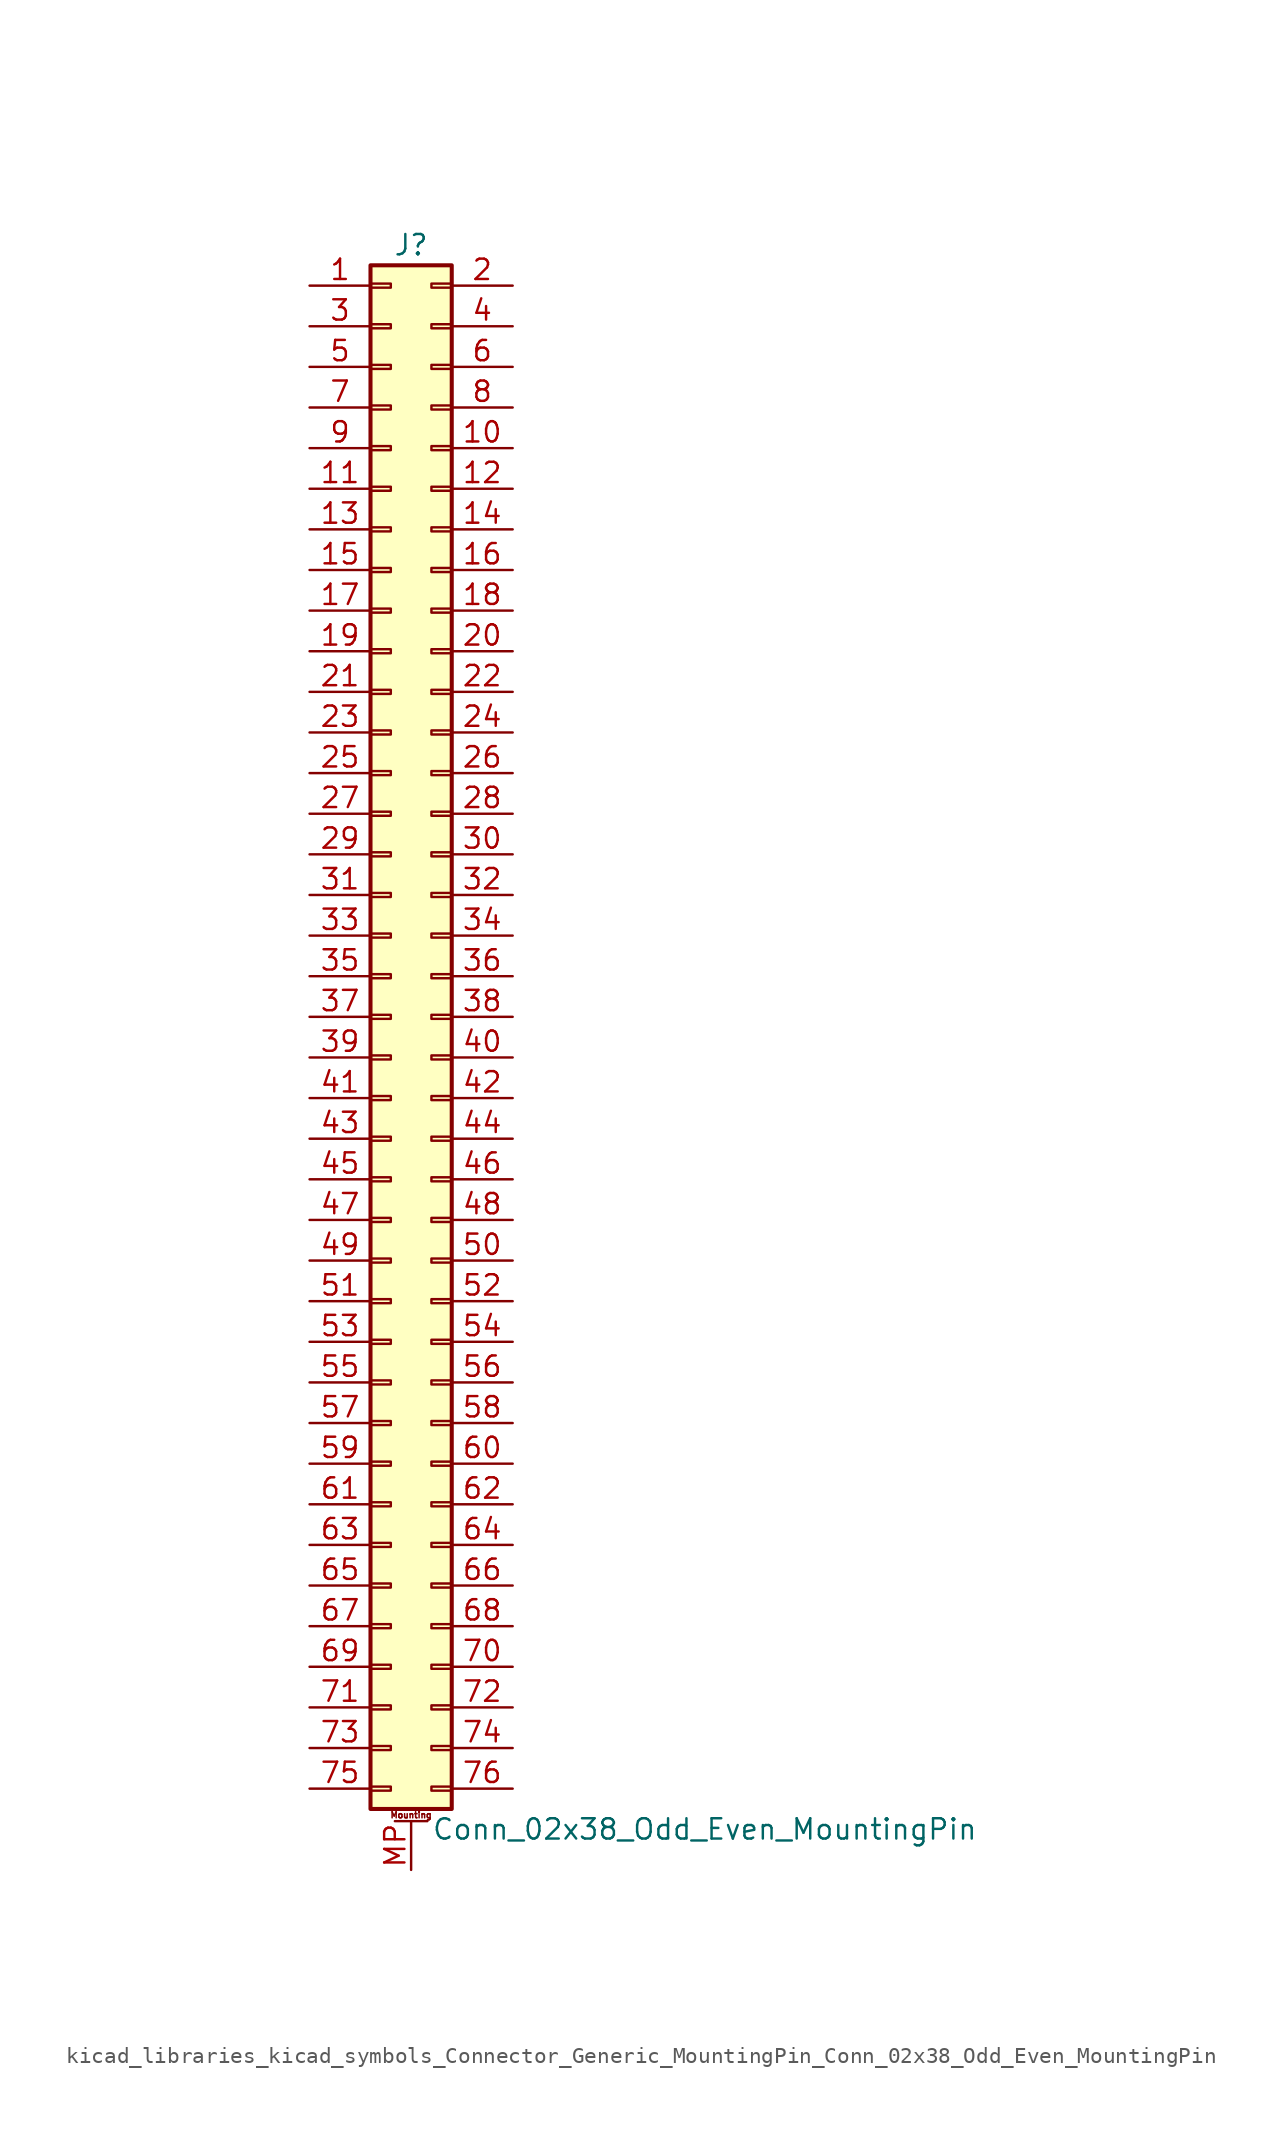
<source format=kicad_sym>
(kicad_symbol_lib
  (version 20220914)
  (generator kicad_symbol_editor)
  (symbol "kicad_libraries_kicad_symbols_Connector_Generic_MountingPin_Conn_02x38_Odd_Even_MountingPin"
    (pin_names
      (offset 1.016) hide)
    (property "Reference" "J"
      (at 1.27 48.26 0)
      (effects (font (size 1.27 1.27))))
    (property "Value" "Conn_02x38_Odd_Even_MountingPin"
      (at 2.54 -50.8 0)
      (effects (font (size 1.27 1.27)) (justify left)))
    (symbol "kicad_libraries_kicad_symbols_Connector_Generic_MountingPin_Conn_02x38_Odd_Even_MountingPin_1_1"
      (rectangle (start -1.27 -48.133) (end 0 -48.387) (stroke (width 0.152) (type default)) (fill (type none)))
      (rectangle (start -1.27 -45.593) (end 0 -45.847) (stroke (width 0.152) (type default)) (fill (type none)))
      (rectangle (start -1.27 -43.053) (end 0 -43.307) (stroke (width 0.152) (type default)) (fill (type none)))
      (rectangle (start -1.27 -40.513) (end 0 -40.767) (stroke (width 0.152) (type default)) (fill (type none)))
      (rectangle (start -1.27 -37.973) (end 0 -38.227) (stroke (width 0.152) (type default)) (fill (type none)))
      (rectangle (start -1.27 -35.433) (end 0 -35.687) (stroke (width 0.152) (type default)) (fill (type none)))
      (rectangle (start -1.27 -32.893) (end 0 -33.147) (stroke (width 0.152) (type default)) (fill (type none)))
      (rectangle (start -1.27 -30.353) (end 0 -30.607) (stroke (width 0.152) (type default)) (fill (type none)))
      (rectangle (start -1.27 -27.813) (end 0 -28.067) (stroke (width 0.152) (type default)) (fill (type none)))
      (rectangle (start -1.27 -25.273) (end 0 -25.527) (stroke (width 0.152) (type default)) (fill (type none)))
      (rectangle (start -1.27 -22.733) (end 0 -22.987) (stroke (width 0.152) (type default)) (fill (type none)))
      (rectangle (start -1.27 -20.193) (end 0 -20.447) (stroke (width 0.152) (type default)) (fill (type none)))
      (rectangle (start -1.27 -17.653) (end 0 -17.907) (stroke (width 0.152) (type default)) (fill (type none)))
      (rectangle (start -1.27 -15.113) (end 0 -15.367) (stroke (width 0.152) (type default)) (fill (type none)))
      (rectangle (start -1.27 -12.573) (end 0 -12.827) (stroke (width 0.152) (type default)) (fill (type none)))
      (rectangle (start -1.27 -10.033) (end 0 -10.287) (stroke (width 0.152) (type default)) (fill (type none)))
      (rectangle (start -1.27 -7.493) (end 0 -7.747) (stroke (width 0.152) (type default)) (fill (type none)))
      (rectangle (start -1.27 -4.953) (end 0 -5.207) (stroke (width 0.152) (type default)) (fill (type none)))
      (rectangle (start -1.27 -2.413) (end 0 -2.667) (stroke (width 0.152) (type default)) (fill (type none)))
      (rectangle (start -1.27 0.127) (end 0 -0.127) (stroke (width 0.152) (type default)) (fill (type none)))
      (rectangle (start -1.27 2.667) (end 0 2.413) (stroke (width 0.152) (type default)) (fill (type none)))
      (rectangle (start -1.27 5.207) (end 0 4.953) (stroke (width 0.152) (type default)) (fill (type none)))
      (rectangle (start -1.27 7.747) (end 0 7.493) (stroke (width 0.152) (type default)) (fill (type none)))
      (rectangle (start -1.27 10.287) (end 0 10.033) (stroke (width 0.152) (type default)) (fill (type none)))
      (rectangle (start -1.27 12.827) (end 0 12.573) (stroke (width 0.152) (type default)) (fill (type none)))
      (rectangle (start -1.27 15.367) (end 0 15.113) (stroke (width 0.152) (type default)) (fill (type none)))
      (rectangle (start -1.27 17.907) (end 0 17.653) (stroke (width 0.152) (type default)) (fill (type none)))
      (rectangle (start -1.27 20.447) (end 0 20.193) (stroke (width 0.152) (type default)) (fill (type none)))
      (rectangle (start -1.27 22.987) (end 0 22.733) (stroke (width 0.152) (type default)) (fill (type none)))
      (rectangle (start -1.27 25.527) (end 0 25.273) (stroke (width 0.152) (type default)) (fill (type none)))
      (rectangle (start -1.27 28.067) (end 0 27.813) (stroke (width 0.152) (type default)) (fill (type none)))
      (rectangle (start -1.27 30.607) (end 0 30.353) (stroke (width 0.152) (type default)) (fill (type none)))
      (rectangle (start -1.27 33.147) (end 0 32.893) (stroke (width 0.152) (type default)) (fill (type none)))
      (rectangle (start -1.27 35.687) (end 0 35.433) (stroke (width 0.152) (type default)) (fill (type none)))
      (rectangle (start -1.27 38.227) (end 0 37.973) (stroke (width 0.152) (type default)) (fill (type none)))
      (rectangle (start -1.27 40.767) (end 0 40.513) (stroke (width 0.152) (type default)) (fill (type none)))
      (rectangle (start -1.27 43.307) (end 0 43.053) (stroke (width 0.152) (type default)) (fill (type none)))
      (rectangle (start -1.27 45.847) (end 0 45.593) (stroke (width 0.152) (type default)) (fill (type none)))
      (rectangle (start -1.27 46.99) (end 3.81 -49.53) (stroke (width 0.254) (type default)) (fill (type background)))
      (polyline (pts (xy 0.254 -50.292) (xy 2.286 -50.292)) (stroke (width 0.152) (type default)) (fill (type none)))
      (rectangle (start 3.81 -48.133) (end 2.54 -48.387) (stroke (width 0.152) (type default)) (fill (type none)))
      (rectangle (start 3.81 -45.593) (end 2.54 -45.847) (stroke (width 0.152) (type default)) (fill (type none)))
      (rectangle (start 3.81 -43.053) (end 2.54 -43.307) (stroke (width 0.152) (type default)) (fill (type none)))
      (rectangle (start 3.81 -40.513) (end 2.54 -40.767) (stroke (width 0.152) (type default)) (fill (type none)))
      (rectangle (start 3.81 -37.973) (end 2.54 -38.227) (stroke (width 0.152) (type default)) (fill (type none)))
      (rectangle (start 3.81 -35.433) (end 2.54 -35.687) (stroke (width 0.152) (type default)) (fill (type none)))
      (rectangle (start 3.81 -32.893) (end 2.54 -33.147) (stroke (width 0.152) (type default)) (fill (type none)))
      (rectangle (start 3.81 -30.353) (end 2.54 -30.607) (stroke (width 0.152) (type default)) (fill (type none)))
      (rectangle (start 3.81 -27.813) (end 2.54 -28.067) (stroke (width 0.152) (type default)) (fill (type none)))
      (rectangle (start 3.81 -25.273) (end 2.54 -25.527) (stroke (width 0.152) (type default)) (fill (type none)))
      (rectangle (start 3.81 -22.733) (end 2.54 -22.987) (stroke (width 0.152) (type default)) (fill (type none)))
      (rectangle (start 3.81 -20.193) (end 2.54 -20.447) (stroke (width 0.152) (type default)) (fill (type none)))
      (rectangle (start 3.81 -17.653) (end 2.54 -17.907) (stroke (width 0.152) (type default)) (fill (type none)))
      (rectangle (start 3.81 -15.113) (end 2.54 -15.367) (stroke (width 0.152) (type default)) (fill (type none)))
      (rectangle (start 3.81 -12.573) (end 2.54 -12.827) (stroke (width 0.152) (type default)) (fill (type none)))
      (rectangle (start 3.81 -10.033) (end 2.54 -10.287) (stroke (width 0.152) (type default)) (fill (type none)))
      (rectangle (start 3.81 -7.493) (end 2.54 -7.747) (stroke (width 0.152) (type default)) (fill (type none)))
      (rectangle (start 3.81 -4.953) (end 2.54 -5.207) (stroke (width 0.152) (type default)) (fill (type none)))
      (rectangle (start 3.81 -2.413) (end 2.54 -2.667) (stroke (width 0.152) (type default)) (fill (type none)))
      (rectangle (start 3.81 0.127) (end 2.54 -0.127) (stroke (width 0.152) (type default)) (fill (type none)))
      (rectangle (start 3.81 2.667) (end 2.54 2.413) (stroke (width 0.152) (type default)) (fill (type none)))
      (rectangle (start 3.81 5.207) (end 2.54 4.953) (stroke (width 0.152) (type default)) (fill (type none)))
      (rectangle (start 3.81 7.747) (end 2.54 7.493) (stroke (width 0.152) (type default)) (fill (type none)))
      (rectangle (start 3.81 10.287) (end 2.54 10.033) (stroke (width 0.152) (type default)) (fill (type none)))
      (rectangle (start 3.81 12.827) (end 2.54 12.573) (stroke (width 0.152) (type default)) (fill (type none)))
      (rectangle (start 3.81 15.367) (end 2.54 15.113) (stroke (width 0.152) (type default)) (fill (type none)))
      (rectangle (start 3.81 17.907) (end 2.54 17.653) (stroke (width 0.152) (type default)) (fill (type none)))
      (rectangle (start 3.81 20.447) (end 2.54 20.193) (stroke (width 0.152) (type default)) (fill (type none)))
      (rectangle (start 3.81 22.987) (end 2.54 22.733) (stroke (width 0.152) (type default)) (fill (type none)))
      (rectangle (start 3.81 25.527) (end 2.54 25.273) (stroke (width 0.152) (type default)) (fill (type none)))
      (rectangle (start 3.81 28.067) (end 2.54 27.813) (stroke (width 0.152) (type default)) (fill (type none)))
      (rectangle (start 3.81 30.607) (end 2.54 30.353) (stroke (width 0.152) (type default)) (fill (type none)))
      (rectangle (start 3.81 33.147) (end 2.54 32.893) (stroke (width 0.152) (type default)) (fill (type none)))
      (rectangle (start 3.81 35.687) (end 2.54 35.433) (stroke (width 0.152) (type default)) (fill (type none)))
      (rectangle (start 3.81 38.227) (end 2.54 37.973) (stroke (width 0.152) (type default)) (fill (type none)))
      (rectangle (start 3.81 40.767) (end 2.54 40.513) (stroke (width 0.152) (type default)) (fill (type none)))
      (rectangle (start 3.81 43.307) (end 2.54 43.053) (stroke (width 0.152) (type default)) (fill (type none)))
      (rectangle (start 3.81 45.847) (end 2.54 45.593) (stroke (width 0.152) (type default)) (fill (type none)))
      (text "Mounting" (at 1.27 -49.911 0) (effects (font (size 0.381 0.381))))
      (pin passive line (at -5.08 45.72 0) (length 3.81) (name "Pin_1" (effects (font (size 1.27 1.27)))) (number "1" (effects (font (size 1.27 1.27)))))
      (pin passive line (at 7.62 35.56 180) (length 3.81) (name "Pin_10" (effects (font (size 1.27 1.27)))) (number "10" (effects (font (size 1.27 1.27)))))
      (pin passive line (at -5.08 33.02 0) (length 3.81) (name "Pin_11" (effects (font (size 1.27 1.27)))) (number "11" (effects (font (size 1.27 1.27)))))
      (pin passive line (at 7.62 33.02 180) (length 3.81) (name "Pin_12" (effects (font (size 1.27 1.27)))) (number "12" (effects (font (size 1.27 1.27)))))
      (pin passive line (at -5.08 30.48 0) (length 3.81) (name "Pin_13" (effects (font (size 1.27 1.27)))) (number "13" (effects (font (size 1.27 1.27)))))
      (pin passive line (at 7.62 30.48 180) (length 3.81) (name "Pin_14" (effects (font (size 1.27 1.27)))) (number "14" (effects (font (size 1.27 1.27)))))
      (pin passive line (at -5.08 27.94 0) (length 3.81) (name "Pin_15" (effects (font (size 1.27 1.27)))) (number "15" (effects (font (size 1.27 1.27)))))
      (pin passive line (at 7.62 27.94 180) (length 3.81) (name "Pin_16" (effects (font (size 1.27 1.27)))) (number "16" (effects (font (size 1.27 1.27)))))
      (pin passive line (at -5.08 25.4 0) (length 3.81) (name "Pin_17" (effects (font (size 1.27 1.27)))) (number "17" (effects (font (size 1.27 1.27)))))
      (pin passive line (at 7.62 25.4 180) (length 3.81) (name "Pin_18" (effects (font (size 1.27 1.27)))) (number "18" (effects (font (size 1.27 1.27)))))
      (pin passive line (at -5.08 22.86 0) (length 3.81) (name "Pin_19" (effects (font (size 1.27 1.27)))) (number "19" (effects (font (size 1.27 1.27)))))
      (pin passive line (at 7.62 45.72 180) (length 3.81) (name "Pin_2" (effects (font (size 1.27 1.27)))) (number "2" (effects (font (size 1.27 1.27)))))
      (pin passive line (at 7.62 22.86 180) (length 3.81) (name "Pin_20" (effects (font (size 1.27 1.27)))) (number "20" (effects (font (size 1.27 1.27)))))
      (pin passive line (at -5.08 20.32 0) (length 3.81) (name "Pin_21" (effects (font (size 1.27 1.27)))) (number "21" (effects (font (size 1.27 1.27)))))
      (pin passive line (at 7.62 20.32 180) (length 3.81) (name "Pin_22" (effects (font (size 1.27 1.27)))) (number "22" (effects (font (size 1.27 1.27)))))
      (pin passive line (at -5.08 17.78 0) (length 3.81) (name "Pin_23" (effects (font (size 1.27 1.27)))) (number "23" (effects (font (size 1.27 1.27)))))
      (pin passive line (at 7.62 17.78 180) (length 3.81) (name "Pin_24" (effects (font (size 1.27 1.27)))) (number "24" (effects (font (size 1.27 1.27)))))
      (pin passive line (at -5.08 15.24 0) (length 3.81) (name "Pin_25" (effects (font (size 1.27 1.27)))) (number "25" (effects (font (size 1.27 1.27)))))
      (pin passive line (at 7.62 15.24 180) (length 3.81) (name "Pin_26" (effects (font (size 1.27 1.27)))) (number "26" (effects (font (size 1.27 1.27)))))
      (pin passive line (at -5.08 12.7 0) (length 3.81) (name "Pin_27" (effects (font (size 1.27 1.27)))) (number "27" (effects (font (size 1.27 1.27)))))
      (pin passive line (at 7.62 12.7 180) (length 3.81) (name "Pin_28" (effects (font (size 1.27 1.27)))) (number "28" (effects (font (size 1.27 1.27)))))
      (pin passive line (at -5.08 10.16 0) (length 3.81) (name "Pin_29" (effects (font (size 1.27 1.27)))) (number "29" (effects (font (size 1.27 1.27)))))
      (pin passive line (at -5.08 43.18 0) (length 3.81) (name "Pin_3" (effects (font (size 1.27 1.27)))) (number "3" (effects (font (size 1.27 1.27)))))
      (pin passive line (at 7.62 10.16 180) (length 3.81) (name "Pin_30" (effects (font (size 1.27 1.27)))) (number "30" (effects (font (size 1.27 1.27)))))
      (pin passive line (at -5.08 7.62 0) (length 3.81) (name "Pin_31" (effects (font (size 1.27 1.27)))) (number "31" (effects (font (size 1.27 1.27)))))
      (pin passive line (at 7.62 7.62 180) (length 3.81) (name "Pin_32" (effects (font (size 1.27 1.27)))) (number "32" (effects (font (size 1.27 1.27)))))
      (pin passive line (at -5.08 5.08 0) (length 3.81) (name "Pin_33" (effects (font (size 1.27 1.27)))) (number "33" (effects (font (size 1.27 1.27)))))
      (pin passive line (at 7.62 5.08 180) (length 3.81) (name "Pin_34" (effects (font (size 1.27 1.27)))) (number "34" (effects (font (size 1.27 1.27)))))
      (pin passive line (at -5.08 2.54 0) (length 3.81) (name "Pin_35" (effects (font (size 1.27 1.27)))) (number "35" (effects (font (size 1.27 1.27)))))
      (pin passive line (at 7.62 2.54 180) (length 3.81) (name "Pin_36" (effects (font (size 1.27 1.27)))) (number "36" (effects (font (size 1.27 1.27)))))
      (pin passive line (at -5.08 0 0) (length 3.81) (name "Pin_37" (effects (font (size 1.27 1.27)))) (number "37" (effects (font (size 1.27 1.27)))))
      (pin passive line (at 7.62 0 180) (length 3.81) (name "Pin_38" (effects (font (size 1.27 1.27)))) (number "38" (effects (font (size 1.27 1.27)))))
      (pin passive line (at -5.08 -2.54 0) (length 3.81) (name "Pin_39" (effects (font (size 1.27 1.27)))) (number "39" (effects (font (size 1.27 1.27)))))
      (pin passive line (at 7.62 43.18 180) (length 3.81) (name "Pin_4" (effects (font (size 1.27 1.27)))) (number "4" (effects (font (size 1.27 1.27)))))
      (pin passive line (at 7.62 -2.54 180) (length 3.81) (name "Pin_40" (effects (font (size 1.27 1.27)))) (number "40" (effects (font (size 1.27 1.27)))))
      (pin passive line (at -5.08 -5.08 0) (length 3.81) (name "Pin_41" (effects (font (size 1.27 1.27)))) (number "41" (effects (font (size 1.27 1.27)))))
      (pin passive line (at 7.62 -5.08 180) (length 3.81) (name "Pin_42" (effects (font (size 1.27 1.27)))) (number "42" (effects (font (size 1.27 1.27)))))
      (pin passive line (at -5.08 -7.62 0) (length 3.81) (name "Pin_43" (effects (font (size 1.27 1.27)))) (number "43" (effects (font (size 1.27 1.27)))))
      (pin passive line (at 7.62 -7.62 180) (length 3.81) (name "Pin_44" (effects (font (size 1.27 1.27)))) (number "44" (effects (font (size 1.27 1.27)))))
      (pin passive line (at -5.08 -10.16 0) (length 3.81) (name "Pin_45" (effects (font (size 1.27 1.27)))) (number "45" (effects (font (size 1.27 1.27)))))
      (pin passive line (at 7.62 -10.16 180) (length 3.81) (name "Pin_46" (effects (font (size 1.27 1.27)))) (number "46" (effects (font (size 1.27 1.27)))))
      (pin passive line (at -5.08 -12.7 0) (length 3.81) (name "Pin_47" (effects (font (size 1.27 1.27)))) (number "47" (effects (font (size 1.27 1.27)))))
      (pin passive line (at 7.62 -12.7 180) (length 3.81) (name "Pin_48" (effects (font (size 1.27 1.27)))) (number "48" (effects (font (size 1.27 1.27)))))
      (pin passive line (at -5.08 -15.24 0) (length 3.81) (name "Pin_49" (effects (font (size 1.27 1.27)))) (number "49" (effects (font (size 1.27 1.27)))))
      (pin passive line (at -5.08 40.64 0) (length 3.81) (name "Pin_5" (effects (font (size 1.27 1.27)))) (number "5" (effects (font (size 1.27 1.27)))))
      (pin passive line (at 7.62 -15.24 180) (length 3.81) (name "Pin_50" (effects (font (size 1.27 1.27)))) (number "50" (effects (font (size 1.27 1.27)))))
      (pin passive line (at -5.08 -17.78 0) (length 3.81) (name "Pin_51" (effects (font (size 1.27 1.27)))) (number "51" (effects (font (size 1.27 1.27)))))
      (pin passive line (at 7.62 -17.78 180) (length 3.81) (name "Pin_52" (effects (font (size 1.27 1.27)))) (number "52" (effects (font (size 1.27 1.27)))))
      (pin passive line (at -5.08 -20.32 0) (length 3.81) (name "Pin_53" (effects (font (size 1.27 1.27)))) (number "53" (effects (font (size 1.27 1.27)))))
      (pin passive line (at 7.62 -20.32 180) (length 3.81) (name "Pin_54" (effects (font (size 1.27 1.27)))) (number "54" (effects (font (size 1.27 1.27)))))
      (pin passive line (at -5.08 -22.86 0) (length 3.81) (name "Pin_55" (effects (font (size 1.27 1.27)))) (number "55" (effects (font (size 1.27 1.27)))))
      (pin passive line (at 7.62 -22.86 180) (length 3.81) (name "Pin_56" (effects (font (size 1.27 1.27)))) (number "56" (effects (font (size 1.27 1.27)))))
      (pin passive line (at -5.08 -25.4 0) (length 3.81) (name "Pin_57" (effects (font (size 1.27 1.27)))) (number "57" (effects (font (size 1.27 1.27)))))
      (pin passive line (at 7.62 -25.4 180) (length 3.81) (name "Pin_58" (effects (font (size 1.27 1.27)))) (number "58" (effects (font (size 1.27 1.27)))))
      (pin passive line (at -5.08 -27.94 0) (length 3.81) (name "Pin_59" (effects (font (size 1.27 1.27)))) (number "59" (effects (font (size 1.27 1.27)))))
      (pin passive line (at 7.62 40.64 180) (length 3.81) (name "Pin_6" (effects (font (size 1.27 1.27)))) (number "6" (effects (font (size 1.27 1.27)))))
      (pin passive line (at 7.62 -27.94 180) (length 3.81) (name "Pin_60" (effects (font (size 1.27 1.27)))) (number "60" (effects (font (size 1.27 1.27)))))
      (pin passive line (at -5.08 -30.48 0) (length 3.81) (name "Pin_61" (effects (font (size 1.27 1.27)))) (number "61" (effects (font (size 1.27 1.27)))))
      (pin passive line (at 7.62 -30.48 180) (length 3.81) (name "Pin_62" (effects (font (size 1.27 1.27)))) (number "62" (effects (font (size 1.27 1.27)))))
      (pin passive line (at -5.08 -33.02 0) (length 3.81) (name "Pin_63" (effects (font (size 1.27 1.27)))) (number "63" (effects (font (size 1.27 1.27)))))
      (pin passive line (at 7.62 -33.02 180) (length 3.81) (name "Pin_64" (effects (font (size 1.27 1.27)))) (number "64" (effects (font (size 1.27 1.27)))))
      (pin passive line (at -5.08 -35.56 0) (length 3.81) (name "Pin_65" (effects (font (size 1.27 1.27)))) (number "65" (effects (font (size 1.27 1.27)))))
      (pin passive line (at 7.62 -35.56 180) (length 3.81) (name "Pin_66" (effects (font (size 1.27 1.27)))) (number "66" (effects (font (size 1.27 1.27)))))
      (pin passive line (at -5.08 -38.1 0) (length 3.81) (name "Pin_67" (effects (font (size 1.27 1.27)))) (number "67" (effects (font (size 1.27 1.27)))))
      (pin passive line (at 7.62 -38.1 180) (length 3.81) (name "Pin_68" (effects (font (size 1.27 1.27)))) (number "68" (effects (font (size 1.27 1.27)))))
      (pin passive line (at -5.08 -40.64 0) (length 3.81) (name "Pin_69" (effects (font (size 1.27 1.27)))) (number "69" (effects (font (size 1.27 1.27)))))
      (pin passive line (at -5.08 38.1 0) (length 3.81) (name "Pin_7" (effects (font (size 1.27 1.27)))) (number "7" (effects (font (size 1.27 1.27)))))
      (pin passive line (at 7.62 -40.64 180) (length 3.81) (name "Pin_70" (effects (font (size 1.27 1.27)))) (number "70" (effects (font (size 1.27 1.27)))))
      (pin passive line (at -5.08 -43.18 0) (length 3.81) (name "Pin_71" (effects (font (size 1.27 1.27)))) (number "71" (effects (font (size 1.27 1.27)))))
      (pin passive line (at 7.62 -43.18 180) (length 3.81) (name "Pin_72" (effects (font (size 1.27 1.27)))) (number "72" (effects (font (size 1.27 1.27)))))
      (pin passive line (at -5.08 -45.72 0) (length 3.81) (name "Pin_73" (effects (font (size 1.27 1.27)))) (number "73" (effects (font (size 1.27 1.27)))))
      (pin passive line (at 7.62 -45.72 180) (length 3.81) (name "Pin_74" (effects (font (size 1.27 1.27)))) (number "74" (effects (font (size 1.27 1.27)))))
      (pin passive line (at -5.08 -48.26 0) (length 3.81) (name "Pin_75" (effects (font (size 1.27 1.27)))) (number "75" (effects (font (size 1.27 1.27)))))
      (pin passive line (at 7.62 -48.26 180) (length 3.81) (name "Pin_76" (effects (font (size 1.27 1.27)))) (number "76" (effects (font (size 1.27 1.27)))))
      (pin passive line (at 7.62 38.1 180) (length 3.81) (name "Pin_8" (effects (font (size 1.27 1.27)))) (number "8" (effects (font (size 1.27 1.27)))))
      (pin passive line (at -5.08 35.56 0) (length 3.81) (name "Pin_9" (effects (font (size 1.27 1.27)))) (number "9" (effects (font (size 1.27 1.27)))))
      (pin passive line (at 1.27 -53.34 90) (length 3.048) (name "MountPin" (effects (font (size 1.27 1.27)))) (number "MP" (effects (font (size 1.27 1.27))))))))
</source>
